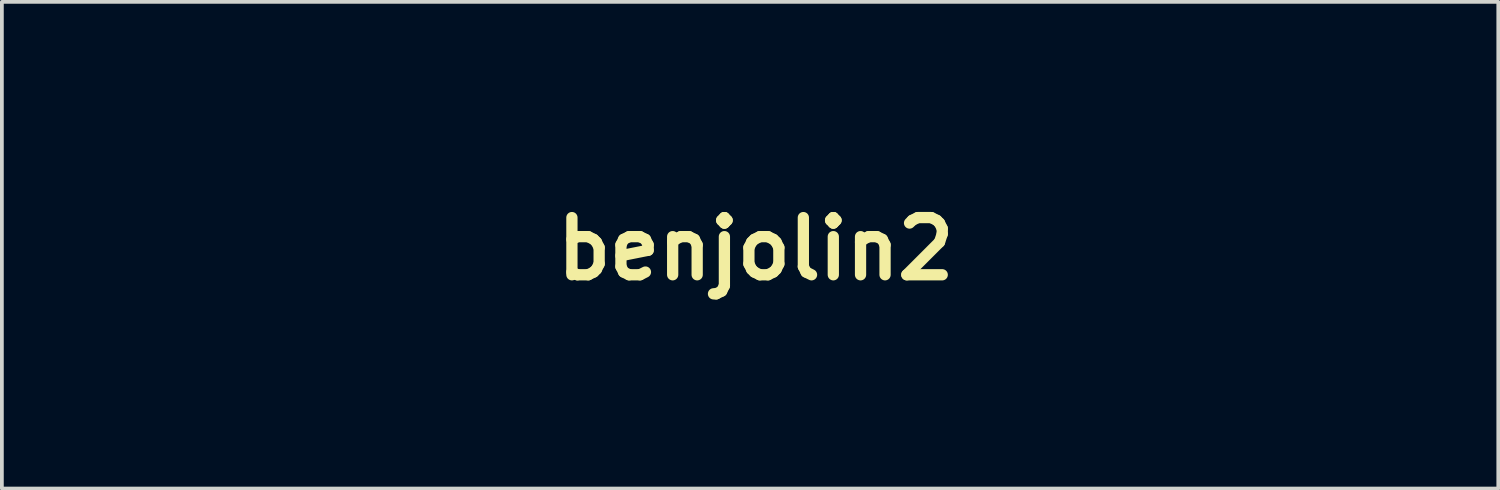
<source format=kicad_pcb>
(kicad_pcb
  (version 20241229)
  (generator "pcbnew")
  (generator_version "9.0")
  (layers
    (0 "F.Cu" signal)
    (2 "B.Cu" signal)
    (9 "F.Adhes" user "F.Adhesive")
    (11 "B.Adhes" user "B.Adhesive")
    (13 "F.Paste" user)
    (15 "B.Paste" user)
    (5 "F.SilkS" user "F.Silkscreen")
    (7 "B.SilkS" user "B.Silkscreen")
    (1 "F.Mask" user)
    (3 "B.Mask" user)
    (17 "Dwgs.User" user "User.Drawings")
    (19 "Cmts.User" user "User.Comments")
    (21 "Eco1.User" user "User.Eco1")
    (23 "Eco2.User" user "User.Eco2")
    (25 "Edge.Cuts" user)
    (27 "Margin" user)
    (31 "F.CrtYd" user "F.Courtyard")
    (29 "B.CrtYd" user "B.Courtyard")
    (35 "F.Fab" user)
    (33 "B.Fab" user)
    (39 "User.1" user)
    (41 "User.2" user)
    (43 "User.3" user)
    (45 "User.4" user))
  (footprint "benjolin2"
    (layer "F.Cu")
    (at 17.092 3.584)
    (property "Reference" "benjolin2" (at 0 0 0) (layer "F.SilkS") (effects (font (size 1.524 1.524) (thickness 0.3))))
    (attr through_hole)
    (fp_poly (pts (xy -4.437 1.637) (xy -4.436 1.655) (xy -4.438 1.659) (xy -4.443 1.656) (xy -4.444 1.644) (xy -4.441 1.632) (xy -4.437 1.637)) (stroke (width 0.01) (type solid)) (fill yes) (layer "F.Mask"))
    (fp_poly (pts (xy 16.023 1.198) (xy 16.101 1.204) (xy 16.168 1.215) (xy 16.227 1.232) (xy 16.285 1.257) (xy 16.316 1.272) (xy 16.412 1.336) (xy 16.501 1.421) (xy 16.582 1.526) (xy 16.653 1.649) (xy 16.707 1.77) (xy 16.754 1.915) (xy 16.78 2.057) (xy 16.787 2.195) (xy 16.773 2.327) (xy 16.74 2.45) (xy 16.735 2.462) (xy 16.693 2.546) (xy 16.633 2.631) (xy 16.559 2.713) (xy 16.475 2.788) (xy 16.387 2.85) (xy 16.38 2.854) (xy 16.257 2.916) (xy 16.124 2.961) (xy 15.986 2.99) (xy 15.848 3.001) (xy 15.719 2.994) (xy 15.602 2.966) (xy 15.488 2.918) (xy 15.38 2.851) (xy 15.28 2.768) (xy 15.191 2.671) (xy 15.116 2.562) (xy 15.071 2.475) (xy 15.026 2.348) (xy 14.996 2.212) (xy 14.984 2.073) (xy 14.99 1.938) (xy 15.008 1.833) (xy 15.05 1.702) (xy 15.11 1.586) (xy 15.189 1.483) (xy 15.286 1.394) (xy 15.401 1.32) (xy 15.533 1.261) (xy 15.638 1.227) (xy 15.688 1.215) (xy 15.732 1.206) (xy 15.776 1.201) (xy 15.827 1.198) (xy 15.891 1.196) (xy 15.927 1.196) (xy 16.023 1.198)) (stroke (width 0.01) (type solid)) (fill yes) (layer "F.Mask"))
    (fp_poly (pts (xy 16.505 -3.095) (xy 16.563 -3.093) (xy 16.619 -3.089) (xy 16.666 -3.084) (xy 16.702 -3.079) (xy 16.72 -3.074) (xy 16.722 -3.073) (xy 16.723 -3.059) (xy 16.722 -3.027) (xy 16.719 -2.983) (xy 16.717 -2.95) (xy 16.713 -2.908) (xy 16.709 -2.847) (xy 16.703 -2.771) (xy 16.697 -2.686) (xy 16.691 -2.594) (xy 16.684 -2.501) (xy 16.683 -2.494) (xy 16.668 -2.274) (xy 16.65 -2.043) (xy 16.632 -1.797) (xy 16.611 -1.536) (xy 16.589 -1.256) (xy 16.565 -0.956) (xy 16.556 -0.849) (xy 16.537 -0.614) (xy 16.52 -0.401) (xy 16.505 -0.209) (xy 16.492 -0.039) (xy 16.481 0.111) (xy 16.472 0.242) (xy 16.465 0.354) (xy 16.459 0.448) (xy 16.455 0.525) (xy 16.453 0.586) (xy 16.452 0.625) (xy 16.452 0.67) (xy 16.143 0.668) (xy 16.058 0.667) (xy 15.977 0.666) (xy 15.904 0.665) (xy 15.844 0.664) (xy 15.8 0.662) (xy 15.777 0.661) (xy 15.747 0.659) (xy 15.7 0.654) (xy 15.638 0.647) (xy 15.568 0.638) (xy 15.494 0.629) (xy 15.489 0.629) (xy 15.416 0.62) (xy 15.348 0.612) (xy 15.289 0.606) (xy 15.244 0.602) (xy 15.217 0.6) (xy 15.215 0.6) (xy 15.186 0.599) (xy 15.174 0.591) (xy 15.171 0.571) (xy 15.171 0.568) (xy 15.172 0.549) (xy 15.174 0.51) (xy 15.179 0.454) (xy 15.184 0.383) (xy 15.191 0.301) (xy 15.198 0.21) (xy 15.205 0.126) (xy 15.227 -0.135) (xy 15.248 -0.394) (xy 15.268 -0.647) (xy 15.288 -0.894) (xy 15.307 -1.133) (xy 15.324 -1.361) (xy 15.341 -1.579) (xy 15.356 -1.783) (xy 15.369 -1.972) (xy 15.381 -2.145) (xy 15.392 -2.3) (xy 15.4 -2.436) (xy 15.407 -2.55) (xy 15.407 -2.557) (xy 15.412 -2.647) (xy 15.417 -2.733) (xy 15.422 -2.81) (xy 15.426 -2.877) (xy 15.429 -2.928) (xy 15.431 -2.96) (xy 15.432 -2.963) (xy 15.438 -3.033) (xy 15.746 -3.04) (xy 15.858 -3.043) (xy 15.952 -3.046) (xy 16.03 -3.051) (xy 16.099 -3.057) (xy 16.161 -3.064) (xy 16.204 -3.071) (xy 16.271 -3.08) (xy 16.341 -3.088) (xy 16.404 -3.094) (xy 16.449 -3.096) (xy 16.505 -3.095)) (stroke (width 0.01) (type solid)) (fill yes) (layer "F.Mask"))
    (fp_poly (pts (xy 5.466 -2.999) (xy 6.125 -2.996) (xy 6.12 -2.176) (xy 6.118 -1.831) (xy 6.116 -1.508) (xy 6.115 -1.206) (xy 6.114 -0.924) (xy 6.114 -0.661) (xy 6.115 -0.416) (xy 6.115 -0.188) (xy 6.117 0.024) (xy 6.119 0.221) (xy 6.121 0.404) (xy 6.124 0.563) (xy 6.134 1.12) (xy 6.276 1.12) (xy 6.344 1.119) (xy 6.429 1.115) (xy 6.528 1.109) (xy 6.636 1.101) (xy 6.749 1.092) (xy 6.864 1.081) (xy 6.976 1.07) (xy 7.081 1.059) (xy 7.175 1.048) (xy 7.255 1.037) (xy 7.316 1.027) (xy 7.318 1.026) (xy 7.353 1.02) (xy 7.378 1.019) (xy 7.386 1.02) (xy 7.391 1.034) (xy 7.398 1.063) (xy 7.402 1.081) (xy 7.413 1.117) (xy 7.434 1.164) (xy 7.459 1.211) (xy 7.463 1.217) (xy 7.506 1.289) (xy 7.541 1.357) (xy 7.572 1.425) (xy 7.601 1.5) (xy 7.629 1.586) (xy 7.658 1.69) (xy 7.66 1.695) (xy 7.686 1.792) (xy 7.707 1.876) (xy 7.723 1.946) (xy 7.733 2) (xy 7.737 2.035) (xy 7.734 2.05) (xy 7.734 2.05) (xy 7.718 2.055) (xy 7.683 2.063) (xy 7.633 2.074) (xy 7.57 2.087) (xy 7.498 2.101) (xy 7.422 2.115) (xy 7.344 2.13) (xy 7.268 2.143) (xy 7.197 2.155) (xy 7.136 2.165) (xy 7.106 2.17) (xy 7.018 2.182) (xy 6.91 2.195) (xy 6.786 2.208) (xy 6.648 2.222) (xy 6.501 2.237) (xy 6.347 2.251) (xy 6.19 2.264) (xy 6.034 2.277) (xy 5.88 2.289) (xy 5.734 2.3) (xy 5.675 2.303) (xy 5.581 2.31) (xy 5.479 2.318) (xy 5.378 2.326) (xy 5.284 2.335) (xy 5.204 2.343) (xy 5.191 2.344) (xy 5.124 2.351) (xy 5.067 2.358) (xy 5.021 2.363) (xy 4.992 2.366) (xy 4.982 2.367) (xy 4.979 2.356) (xy 4.975 2.327) (xy 4.968 2.283) (xy 4.961 2.23) (xy 4.96 2.225) (xy 4.938 2.056) (xy 4.918 1.893) (xy 4.899 1.735) (xy 4.882 1.581) (xy 4.867 1.43) (xy 4.853 1.279) (xy 4.841 1.128) (xy 4.83 0.975) (xy 4.821 0.819) (xy 4.813 0.657) (xy 4.806 0.489) (xy 4.8 0.312) (xy 4.796 0.127) (xy 4.792 -0.07) (xy 4.79 -0.279) (xy 4.789 -0.502) (xy 4.789 -0.74) (xy 4.789 -0.996) (xy 4.791 -1.269) (xy 4.793 -1.563) (xy 4.796 -1.878) (xy 4.796 -1.937) (xy 4.807 -3.002) (xy 5.466 -2.999)) (stroke (width 0.01) (type solid)) (fill yes) (layer "F.Mask"))
    (fp_poly (pts (xy 8.834 -3.148) (xy 8.838 -3.137) (xy 8.84 -3.121) (xy 8.844 -3.094) (xy 8.848 -3.056) (xy 8.853 -3.005) (xy 8.86 -2.942) (xy 8.867 -2.866) (xy 8.875 -2.776) (xy 8.885 -2.671) (xy 8.896 -2.551) (xy 8.908 -2.415) (xy 8.921 -2.262) (xy 8.935 -2.092) (xy 8.951 -1.905) (xy 8.969 -1.699) (xy 8.988 -1.474) (xy 9.009 -1.229) (xy 9.031 -0.963) (xy 9.055 -0.677) (xy 9.081 -0.369) (xy 9.109 -0.038) (xy 9.11 -0.023) (xy 9.13 0.217) (xy 9.148 0.437) (xy 9.165 0.636) (xy 9.181 0.818) (xy 9.195 0.983) (xy 9.208 1.134) (xy 9.22 1.272) (xy 9.232 1.398) (xy 9.243 1.516) (xy 9.253 1.625) (xy 9.263 1.728) (xy 9.273 1.827) (xy 9.283 1.923) (xy 9.292 2.019) (xy 9.294 2.038) (xy 9.301 2.104) (xy 9.306 2.163) (xy 9.309 2.21) (xy 9.31 2.241) (xy 9.308 2.252) (xy 9.294 2.256) (xy 9.262 2.261) (xy 9.217 2.267) (xy 9.173 2.273) (xy 9.114 2.279) (xy 9.041 2.289) (xy 8.961 2.3) (xy 8.883 2.312) (xy 8.861 2.315) (xy 8.728 2.336) (xy 8.615 2.354) (xy 8.517 2.368) (xy 8.432 2.379) (xy 8.357 2.388) (xy 8.288 2.395) (xy 8.226 2.401) (xy 8.166 2.406) (xy 8.111 2.411) (xy 8.067 2.415) (xy 8.04 2.418) (xy 8.039 2.418) (xy 8.012 2.419) (xy 7.997 2.416) (xy 7.997 2.415) (xy 7.994 2.404) (xy 7.991 2.377) (xy 7.986 2.333) (xy 7.98 2.271) (xy 7.972 2.191) (xy 7.963 2.093) (xy 7.953 1.976) (xy 7.941 1.84) (xy 7.927 1.684) (xy 7.912 1.509) (xy 7.896 1.314) (xy 7.877 1.098) (xy 7.857 0.86) (xy 7.835 0.602) (xy 7.812 0.321) (xy 7.787 0.019) (xy 7.76 -0.306) (xy 7.758 -0.323) (xy 7.742 -0.516) (xy 7.725 -0.712) (xy 7.709 -0.91) (xy 7.692 -1.107) (xy 7.675 -1.301) (xy 7.659 -1.489) (xy 7.643 -1.668) (xy 7.628 -1.837) (xy 7.614 -1.993) (xy 7.601 -2.134) (xy 7.59 -2.256) (xy 7.58 -2.358) (xy 7.579 -2.366) (xy 7.568 -2.487) (xy 7.557 -2.6) (xy 7.548 -2.704) (xy 7.54 -2.798) (xy 7.533 -2.878) (xy 7.528 -2.943) (xy 7.525 -2.99) (xy 7.524 -3.018) (xy 7.525 -3.026) (xy 7.538 -3.028) (xy 7.571 -3.033) (xy 7.624 -3.039) (xy 7.693 -3.046) (xy 7.776 -3.055) (xy 7.871 -3.065) (xy 7.977 -3.076) (xy 8.09 -3.087) (xy 8.145 -3.093) (xy 8.263 -3.104) (xy 8.375 -3.115) (xy 8.478 -3.125) (xy 8.571 -3.134) (xy 8.65 -3.142) (xy 8.715 -3.149) (xy 8.762 -3.154) (xy 8.79 -3.156) (xy 8.795 -3.157) (xy 8.822 -3.158) (xy 8.834 -3.148)) (stroke (width 0.01) (type solid)) (fill yes) (layer "F.Mask"))
    (fp_poly (pts (xy -1.622 -3.049) (xy -1.616 -3.016) (xy -1.607 -2.964) (xy -1.595 -2.897) (xy -1.582 -2.817) (xy -1.567 -2.726) (xy -1.551 -2.626) (xy -1.534 -2.52) (xy -1.517 -2.41) (xy -1.499 -2.299) (xy -1.482 -2.189) (xy -1.466 -2.082) (xy -1.451 -1.98) (xy -1.437 -1.887) (xy -1.425 -1.805) (xy -1.421 -1.778) (xy -1.374 -1.409) (xy -1.337 -1.059) (xy -1.309 -0.725) (xy -1.292 -0.406) (xy -1.284 -0.099) (xy -1.286 0.198) (xy -1.298 0.487) (xy -1.32 0.769) (xy -1.328 0.854) (xy -1.35 1.024) (xy -1.376 1.175) (xy -1.409 1.31) (xy -1.45 1.432) (xy -1.499 1.546) (xy -1.558 1.655) (xy -1.604 1.729) (xy -1.722 1.885) (xy -1.855 2.026) (xy -2.002 2.151) (xy -2.159 2.259) (xy -2.327 2.349) (xy -2.502 2.42) (xy -2.683 2.471) (xy -2.869 2.501) (xy -3.056 2.51) (xy -3.161 2.505) (xy -3.349 2.479) (xy -3.527 2.431) (xy -3.696 2.363) (xy -3.855 2.274) (xy -4.004 2.164) (xy -4.143 2.034) (xy -4.189 1.983) (xy -4.22 1.946) (xy -4.255 1.9) (xy -4.293 1.85) (xy -4.329 1.798) (xy -4.363 1.75) (xy -4.391 1.707) (xy -4.41 1.674) (xy -4.419 1.654) (xy -4.42 1.651) (xy -4.41 1.642) (xy -4.386 1.619) (xy -4.347 1.584) (xy -4.297 1.539) (xy -4.237 1.485) (xy -4.168 1.424) (xy -4.093 1.357) (xy -4.052 1.321) (xy -3.971 1.249) (xy -3.891 1.178) (xy -3.815 1.112) (xy -3.747 1.051) (xy -3.688 0.999) (xy -3.64 0.956) (xy -3.606 0.926) (xy -3.599 0.92) (xy -3.562 0.887) (xy -3.53 0.862) (xy -3.509 0.848) (xy -3.503 0.846) (xy -3.497 0.86) (xy -3.49 0.891) (xy -3.481 0.932) (xy -3.479 0.943) (xy -3.458 1.025) (xy -3.427 1.105) (xy -3.389 1.177) (xy -3.347 1.233) (xy -3.34 1.24) (xy -3.273 1.293) (xy -3.198 1.327) (xy -3.117 1.342) (xy -3.036 1.338) (xy -2.958 1.314) (xy -2.887 1.272) (xy -2.85 1.239) (xy -2.802 1.181) (xy -2.76 1.112) (xy -2.723 1.031) (xy -2.692 0.936) (xy -2.665 0.827) (xy -2.642 0.701) (xy -2.623 0.556) (xy -2.608 0.392) (xy -2.598 0.248) (xy -2.594 0.132) (xy -2.594 -0.005) (xy -2.598 -0.158) (xy -2.606 -0.327) (xy -2.617 -0.508) (xy -2.632 -0.698) (xy -2.649 -0.896) (xy -2.67 -1.098) (xy -2.693 -1.301) (xy -2.719 -1.504) (xy -2.747 -1.703) (xy -2.748 -1.709) (xy -2.758 -1.774) (xy -2.771 -1.858) (xy -2.786 -1.955) (xy -2.802 -2.062) (xy -2.82 -2.174) (xy -2.838 -2.287) (xy -2.851 -2.374) (xy -2.87 -2.495) (xy -2.886 -2.596) (xy -2.898 -2.677) (xy -2.908 -2.74) (xy -2.914 -2.789) (xy -2.918 -2.823) (xy -2.92 -2.846) (xy -2.92 -2.859) (xy -2.918 -2.864) (xy -2.918 -2.864) (xy -2.889 -2.869) (xy -2.842 -2.877) (xy -2.78 -2.888) (xy -2.704 -2.9) (xy -2.617 -2.914) (xy -2.521 -2.929) (xy -2.42 -2.944) (xy -2.315 -2.961) (xy -2.21 -2.977) (xy -2.106 -2.993) (xy -2.006 -3.008) (xy -1.912 -3.022) (xy -1.828 -3.034) (xy -1.755 -3.045) (xy -1.696 -3.053) (xy -1.653 -3.059) (xy -1.63 -3.061) (xy -1.626 -3.062) (xy -1.622 -3.049)) (stroke (width 0.01) (type solid)) (fill yes) (layer "F.Mask"))
    (fp_poly (pts (xy 1.921 -2.775) (xy 2.037 -2.77) (xy 2.139 -2.761) (xy 2.18 -2.756) (xy 2.4 -2.714) (xy 2.611 -2.655) (xy 2.817 -2.578) (xy 2.95 -2.518) (xy 3.155 -2.407) (xy 3.346 -2.278) (xy 3.521 -2.133) (xy 3.681 -1.973) (xy 3.823 -1.799) (xy 3.948 -1.61) (xy 4.034 -1.449) (xy 4.112 -1.274) (xy 4.172 -1.103) (xy 4.216 -0.93) (xy 4.245 -0.752) (xy 4.26 -0.563) (xy 4.263 -0.427) (xy 4.262 -0.322) (xy 4.257 -0.225) (xy 4.249 -0.13) (xy 4.237 -0.03) (xy 4.221 0.08) (xy 4.198 0.206) (xy 4.197 0.214) (xy 4.189 0.256) (xy 4.179 0.315) (xy 4.167 0.386) (xy 4.154 0.461) (xy 4.145 0.517) (xy 4.099 0.746) (xy 4.041 0.958) (xy 3.969 1.153) (xy 3.884 1.334) (xy 3.783 1.505) (xy 3.665 1.665) (xy 3.53 1.819) (xy 3.524 1.826) (xy 3.358 1.982) (xy 3.183 2.12) (xy 2.995 2.239) (xy 2.795 2.34) (xy 2.581 2.424) (xy 2.352 2.491) (xy 2.108 2.541) (xy 2.078 2.546) (xy 2.014 2.554) (xy 1.931 2.56) (xy 1.836 2.565) (xy 1.732 2.569) (xy 1.624 2.57) (xy 1.519 2.57) (xy 1.419 2.569) (xy 1.331 2.565) (xy 1.26 2.56) (xy 1.243 2.558) (xy 1.027 2.522) (xy 0.823 2.47) (xy 0.626 2.4) (xy 0.439 2.315) (xy 0.234 2.2) (xy 0.047 2.07) (xy -0.123 1.925) (xy -0.276 1.764) (xy -0.412 1.588) (xy -0.53 1.397) (xy -0.572 1.317) (xy -0.652 1.141) (xy -0.716 0.963) (xy -0.763 0.782) (xy -0.795 0.594) (xy -0.811 0.399) (xy -0.811 0.222) (xy 0.516 0.222) (xy 0.521 0.321) (xy 0.532 0.41) (xy 0.541 0.456) (xy 0.591 0.607) (xy 0.659 0.746) (xy 0.745 0.873) (xy 0.847 0.986) (xy 0.964 1.083) (xy 1.094 1.164) (xy 1.235 1.226) (xy 1.386 1.27) (xy 1.54 1.292) (xy 1.591 1.296) (xy 1.635 1.298) (xy 1.667 1.298) (xy 1.674 1.297) (xy 1.7 1.295) (xy 1.74 1.292) (xy 1.787 1.288) (xy 1.79 1.288) (xy 1.916 1.271) (xy 2.048 1.236) (xy 2.178 1.186) (xy 2.3 1.125) (xy 2.36 1.087) (xy 2.493 0.983) (xy 2.609 0.864) (xy 2.707 0.729) (xy 2.788 0.58) (xy 2.852 0.417) (xy 2.879 0.318) (xy 2.902 0.224) (xy 2.919 0.147) (xy 2.931 0.079) (xy 2.939 0.015) (xy 2.945 -0.051) (xy 2.947 -0.126) (xy 2.949 -0.216) (xy 2.949 -0.26) (xy 2.948 -0.346) (xy 2.948 -0.413) (xy 2.946 -0.465) (xy 2.943 -0.507) (xy 2.938 -0.541) (xy 2.932 -0.572) (xy 2.924 -0.602) (xy 2.868 -0.764) (xy 2.795 -0.91) (xy 2.704 -1.042) (xy 2.596 -1.161) (xy 2.468 -1.269) (xy 2.334 -1.355) (xy 2.191 -1.421) (xy 2.038 -1.466) (xy 1.882 -1.491) (xy 1.722 -1.497) (xy 1.566 -1.481) (xy 1.412 -1.443) (xy 1.258 -1.382) (xy 1.23 -1.368) (xy 1.094 -1.289) (xy 0.977 -1.197) (xy 0.878 -1.091) (xy 0.869 -1.079) (xy 0.825 -1.016) (xy 0.78 -0.938) (xy 0.736 -0.853) (xy 0.698 -0.768) (xy 0.67 -0.693) (xy 0.654 -0.635) (xy 0.635 -0.563) (xy 0.616 -0.482) (xy 0.597 -0.399) (xy 0.582 -0.322) (xy 0.57 -0.256) (xy 0.566 -0.228) (xy 0.558 -0.171) (xy 0.546 -0.107) (xy 0.537 -0.058) (xy 0.524 0.025) (xy 0.517 0.121) (xy 0.516 0.222) (xy -0.811 0.222) (xy -0.811 0.192) (xy -0.796 -0.027) (xy -0.767 -0.261) (xy -0.761 -0.3) (xy -0.713 -0.567) (xy -0.659 -0.812) (xy -0.599 -1.038) (xy -0.531 -1.245) (xy -0.455 -1.435) (xy -0.37 -1.609) (xy -0.276 -1.767) (xy -0.172 -1.913) (xy -0.058 -2.045) (xy 0.068 -2.167) (xy 0.131 -2.221) (xy 0.309 -2.355) (xy 0.495 -2.47) (xy 0.692 -2.566) (xy 0.9 -2.645) (xy 1.122 -2.707) (xy 1.345 -2.75) (xy 1.439 -2.762) (xy 1.55 -2.771) (xy 1.671 -2.776) (xy 1.797 -2.777) (xy 1.921 -2.775)) (stroke (width 0.01) (type solid)) (fill yes) (layer "F.Mask"))
    (fp_poly (pts (xy -8.184 -2.493) (xy -8.149 -2.45) (xy -8.103 -2.391) (xy -8.049 -2.32) (xy -7.989 -2.24) (xy -7.925 -2.154) (xy -7.86 -2.066) (xy -7.796 -1.978) (xy -7.737 -1.895) (xy -7.707 -1.853) (xy -7.637 -1.754) (xy -7.555 -1.64) (xy -7.465 -1.517) (xy -7.369 -1.388) (xy -7.271 -1.257) (xy -7.174 -1.128) (xy -7.081 -1.006) (xy -6.995 -0.894) (xy -6.967 -0.859) (xy -6.919 -0.798) (xy -6.862 -0.726) (xy -6.798 -0.645) (xy -6.728 -0.556) (xy -6.652 -0.46) (xy -6.573 -0.36) (xy -6.492 -0.258) (xy -6.409 -0.154) (xy -6.327 -0.05) (xy -6.246 0.052) (xy -6.168 0.15) (xy -6.094 0.243) (xy -6.026 0.329) (xy -5.964 0.407) (xy -5.91 0.475) (xy -5.865 0.53) (xy -5.831 0.573) (xy -5.809 0.601) (xy -5.8 0.612) (xy -5.797 0.612) (xy -5.795 0.607) (xy -5.793 0.595) (xy -5.792 0.575) (xy -5.79 0.547) (xy -5.789 0.508) (xy -5.788 0.459) (xy -5.788 0.397) (xy -5.787 0.323) (xy -5.787 0.234) (xy -5.787 0.129) (xy -5.787 0.009) (xy -5.788 -0.129) (xy -5.788 -0.286) (xy -5.789 -0.462) (xy -5.79 -0.66) (xy -5.791 -0.879) (xy -5.791 -0.913) (xy -5.799 -2.456) (xy -5.754 -2.463) (xy -5.734 -2.464) (xy -5.694 -2.466) (xy -5.634 -2.467) (xy -5.559 -2.468) (xy -5.47 -2.469) (xy -5.37 -2.47) (xy -5.26 -2.47) (xy -5.144 -2.471) (xy -5.096 -2.471) (xy -4.483 -2.471) (xy -4.476 -1.447) (xy -4.474 -1.263) (xy -4.473 -1.062) (xy -4.472 -0.849) (xy -4.471 -0.629) (xy -4.47 -0.405) (xy -4.469 -0.183) (xy -4.468 0.034) (xy -4.467 0.239) (xy -4.467 0.429) (xy -4.467 0.553) (xy -4.467 0.708) (xy -4.466 0.862) (xy -4.465 1.011) (xy -4.465 1.154) (xy -4.464 1.289) (xy -4.463 1.413) (xy -4.462 1.524) (xy -4.461 1.62) (xy -4.46 1.698) (xy -4.459 1.756) (xy -4.458 1.772) (xy -4.456 1.858) (xy -4.455 1.959) (xy -4.454 2.068) (xy -4.453 2.178) (xy -4.454 2.28) (xy -4.454 2.31) (xy -4.457 2.606) (xy -5.767 2.62) (xy -5.799 2.583) (xy -5.811 2.568) (xy -5.836 2.537) (xy -5.874 2.49) (xy -5.922 2.43) (xy -5.98 2.357) (xy -6.047 2.273) (xy -6.122 2.178) (xy -6.203 2.076) (xy -6.29 1.966) (xy -6.381 1.851) (xy -6.452 1.762) (xy -6.622 1.546) (xy -6.78 1.347) (xy -6.924 1.165) (xy -7.056 0.999) (xy -7.176 0.847) (xy -7.285 0.709) (xy -7.384 0.585) (xy -7.473 0.473) (xy -7.553 0.373) (xy -7.625 0.283) (xy -7.689 0.204) (xy -7.746 0.133) (xy -7.796 0.071) (xy -7.841 0.017) (xy -7.881 -0.031) (xy -7.916 -0.073) (xy -7.947 -0.11) (xy -7.976 -0.142) (xy -8.002 -0.171) (xy -8.026 -0.198) (xy -8.049 -0.223) (xy -8.071 -0.246) (xy -8.094 -0.27) (xy -8.1 -0.275) (xy -8.217 -0.395) (xy -8.216 0.267) (xy -8.216 0.376) (xy -8.216 0.504) (xy -8.216 0.65) (xy -8.216 0.811) (xy -8.216 0.984) (xy -8.216 1.166) (xy -8.217 1.354) (xy -8.217 1.545) (xy -8.217 1.738) (xy -8.218 1.928) (xy -8.218 2.113) (xy -8.219 2.156) (xy -8.222 3.383) (xy -8.582 3.381) (xy -8.692 3.38) (xy -8.812 3.378) (xy -8.936 3.375) (xy -9.057 3.371) (xy -9.168 3.366) (xy -9.248 3.363) (xy -9.329 3.358) (xy -9.403 3.354) (xy -9.465 3.35) (xy -9.514 3.347) (xy -9.546 3.344) (xy -9.557 3.343) (xy -9.557 3.331) (xy -9.557 3.299) (xy -9.557 3.247) (xy -9.556 3.178) (xy -9.554 3.095) (xy -9.553 2.999) (xy -9.551 2.892) (xy -9.549 2.777) (xy -9.547 2.689) (xy -9.546 2.601) (xy -9.544 2.491) (xy -9.543 2.361) (xy -9.542 2.214) (xy -9.541 2.05) (xy -9.541 1.872) (xy -9.54 1.68) (xy -9.54 1.478) (xy -9.54 1.265) (xy -9.54 1.045) (xy -9.54 0.819) (xy -9.54 0.588) (xy -9.541 0.354) (xy -9.541 0.119) (xy -9.542 -0.115) (xy -9.543 -0.348) (xy -9.544 -0.576) (xy -9.545 -0.799) (xy -9.546 -1.014) (xy -9.547 -1.22) (xy -9.549 -1.416) (xy -9.55 -1.6) (xy -9.552 -1.769) (xy -9.553 -1.923) (xy -9.555 -2.05) (xy -9.562 -2.525) (xy -9.448 -2.532) (xy -9.413 -2.534) (xy -9.358 -2.536) (xy -9.285 -2.538) (xy -9.199 -2.54) (xy -9.1 -2.542) (xy -8.993 -2.544) (xy -8.881 -2.546) (xy -8.786 -2.548) (xy -8.237 -2.555) (xy -8.184 -2.493)) (stroke (width 0.01) (type solid)) (fill yes) (layer "F.Mask"))
    (fp_poly (pts (xy -10.013 -2.731) (xy -10.008 -2.723) (xy -10.003 -2.703) (xy -9.997 -2.67) (xy -9.989 -2.622) (xy -9.98 -2.557) (xy -9.968 -2.473) (xy -9.954 -2.369) (xy -9.952 -2.355) (xy -9.939 -2.261) (xy -9.924 -2.158) (xy -9.908 -2.054) (xy -9.892 -1.956) (xy -9.878 -1.873) (xy -9.877 -1.868) (xy -9.864 -1.799) (xy -9.854 -1.739) (xy -9.847 -1.691) (xy -9.842 -1.657) (xy -9.842 -1.643) (xy -9.842 -1.642) (xy -9.854 -1.638) (xy -9.887 -1.631) (xy -9.936 -1.621) (xy -9.999 -1.609) (xy -10.072 -1.595) (xy -10.153 -1.58) (xy -10.238 -1.564) (xy -10.324 -1.548) (xy -10.409 -1.533) (xy -10.488 -1.519) (xy -10.56 -1.507) (xy -10.621 -1.497) (xy -10.665 -1.49) (xy -10.718 -1.482) (xy -10.775 -1.475) (xy -10.839 -1.468) (xy -10.912 -1.46) (xy -10.997 -1.452) (xy -11.097 -1.442) (xy -11.216 -1.432) (xy -11.3 -1.425) (xy -11.371 -1.418) (xy -11.378 -1.364) (xy -11.399 -1.207) (xy -11.424 -1.062) (xy -11.452 -0.931) (xy -11.481 -0.817) (xy -11.512 -0.724) (xy -11.518 -0.708) (xy -11.532 -0.67) (xy -11.54 -0.641) (xy -11.542 -0.628) (xy -11.542 -0.627) (xy -11.528 -0.626) (xy -11.498 -0.629) (xy -11.457 -0.635) (xy -11.445 -0.636) (xy -11.393 -0.642) (xy -11.323 -0.647) (xy -11.24 -0.649) (xy -11.15 -0.65) (xy -11.057 -0.65) (xy -10.967 -0.648) (xy -10.885 -0.644) (xy -10.816 -0.638) (xy -10.801 -0.636) (xy -10.733 -0.628) (xy -10.657 -0.618) (xy -10.576 -0.608) (xy -10.495 -0.597) (xy -10.417 -0.587) (xy -10.346 -0.577) (xy -10.285 -0.569) (xy -10.239 -0.563) (xy -10.212 -0.559) (xy -10.209 -0.558) (xy -10.199 -0.557) (xy -10.191 -0.557) (xy -10.184 -0.555) (xy -10.18 -0.549) (xy -10.178 -0.538) (xy -10.179 -0.518) (xy -10.182 -0.489) (xy -10.187 -0.447) (xy -10.196 -0.391) (xy -10.208 -0.319) (xy -10.223 -0.228) (xy -10.241 -0.117) (xy -10.242 -0.115) (xy -10.257 -0.02) (xy -10.272 0.076) (xy -10.287 0.168) (xy -10.299 0.251) (xy -10.31 0.321) (xy -10.317 0.374) (xy -10.317 0.375) (xy -10.325 0.432) (xy -10.333 0.481) (xy -10.34 0.516) (xy -10.345 0.534) (xy -10.346 0.535) (xy -10.359 0.536) (xy -10.392 0.534) (xy -10.441 0.529) (xy -10.503 0.521) (xy -10.575 0.51) (xy -10.612 0.504) (xy -10.696 0.491) (xy -10.782 0.479) (xy -10.862 0.467) (xy -10.933 0.458) (xy -10.988 0.452) (xy -10.997 0.451) (xy -11.044 0.448) (xy -11.103 0.444) (xy -11.171 0.442) (xy -11.245 0.44) (xy -11.319 0.438) (xy -11.391 0.437) (xy -11.458 0.437) (xy -11.514 0.438) (xy -11.557 0.439) (xy -11.583 0.441) (xy -11.588 0.443) (xy -11.588 0.456) (xy -11.58 0.484) (xy -11.57 0.511) (xy -11.56 0.538) (xy -11.546 0.583) (xy -11.529 0.645) (xy -11.51 0.718) (xy -11.488 0.8) (xy -11.466 0.887) (xy -11.463 0.902) (xy -11.442 0.986) (xy -11.422 1.063) (xy -11.405 1.13) (xy -11.391 1.184) (xy -11.38 1.222) (xy -11.375 1.242) (xy -11.374 1.244) (xy -11.36 1.245) (xy -11.326 1.244) (xy -11.273 1.239) (xy -11.205 1.23) (xy -11.122 1.219) (xy -11.107 1.217) (xy -10.982 1.199) (xy -10.853 1.182) (xy -10.723 1.164) (xy -10.594 1.147) (xy -10.468 1.131) (xy -10.347 1.116) (xy -10.232 1.102) (xy -10.126 1.09) (xy -10.031 1.079) (xy -9.949 1.07) (xy -9.883 1.064) (xy -9.833 1.06) (xy -9.802 1.058) (xy -9.792 1.059) (xy -9.789 1.074) (xy -9.783 1.108) (xy -9.776 1.159) (xy -9.767 1.225) (xy -9.756 1.302) (xy -9.745 1.389) (xy -9.733 1.482) (xy -9.72 1.578) (xy -9.708 1.675) (xy -9.696 1.77) (xy -9.685 1.861) (xy -9.675 1.944) (xy -9.667 2.017) (xy -9.661 2.077) (xy -9.656 2.122) (xy -9.654 2.148) (xy -9.655 2.154) (xy -9.667 2.157) (xy -9.7 2.162) (xy -9.751 2.17) (xy -9.818 2.179) (xy -9.897 2.19) (xy -9.986 2.202) (xy -10.083 2.215) (xy -10.104 2.217) (xy -10.331 2.247) (xy -10.536 2.274) (xy -10.722 2.299) (xy -10.891 2.323) (xy -11.045 2.346) (xy -11.186 2.368) (xy -11.315 2.389) (xy -11.39 2.402) (xy -11.452 2.412) (xy -11.528 2.425) (xy -11.614 2.439) (xy -11.708 2.454) (xy -11.807 2.469) (xy -11.908 2.485) (xy -12.009 2.5) (xy -12.106 2.514) (xy -12.197 2.528) (xy -12.279 2.54) (xy -12.349 2.55) (xy -12.404 2.557) (xy -12.442 2.562) (xy -12.459 2.563) (xy -12.477 2.558) (xy -12.481 2.552) (xy -12.483 2.531) (xy -12.489 2.49) (xy -12.499 2.432) (xy -12.512 2.361) (xy -12.527 2.279) (xy -12.544 2.19) (xy -12.562 2.096) (xy -12.581 2.001) (xy -12.601 1.907) (xy -12.607 1.876) (xy -12.65 1.668) (xy -12.688 1.479) (xy -12.721 1.308) (xy -12.749 1.152) (xy -12.772 1.008) (xy -12.792 0.874) (xy -12.808 0.748) (xy -12.821 0.627) (xy -12.831 0.509) (xy -12.839 0.391) (xy -12.844 0.271) (xy -12.846 0.202) (xy -12.848 -0.006) (xy -12.842 -0.209) (xy -12.827 -0.412) (xy -12.803 -0.619) (xy -12.769 -0.834) (xy -12.726 -1.062) (xy -12.682 -1.264) (xy -12.659 -1.373) (xy -12.641 -1.47) (xy -12.629 -1.56) (xy -12.623 -1.648) (xy -12.621 -1.741) (xy -12.624 -1.843) (xy -12.631 -1.961) (xy -12.635 -2.003) (xy -12.641 -2.087) (xy -12.647 -2.176) (xy -12.653 -2.262) (xy -12.657 -2.338) (xy -12.66 -2.387) (xy -12.667 -2.54) (xy -12.288 -2.54) (xy -12.066 -2.541) (xy -11.863 -2.543) (xy -11.677 -2.547) (xy -11.504 -2.553) (xy -11.342 -2.562) (xy -11.186 -2.572) (xy -11.035 -2.586) (xy -10.884 -2.602) (xy -10.73 -2.622) (xy -10.571 -2.645) (xy -10.402 -2.671) (xy -10.254 -2.696) (xy -10.183 -2.708) (xy -10.12 -2.718) (xy -10.069 -2.726) (xy -10.032 -2.73) (xy -10.014 -2.732) (xy -10.013 -2.731)) (stroke (width 0.01) (type solid)) (fill yes) (layer "F.Mask"))
    (fp_poly (pts (xy 13.77 -3.579) (xy 13.862 -3.577) (xy 13.96 -3.575) (xy 14.061 -3.572) (xy 14.162 -3.568) (xy 14.26 -3.564) (xy 14.354 -3.56) (xy 14.439 -3.555) (xy 14.514 -3.55) (xy 14.575 -3.545) (xy 14.621 -3.541) (xy 14.647 -3.537) (xy 14.653 -3.535) (xy 14.654 -3.521) (xy 14.655 -3.486) (xy 14.655 -3.431) (xy 14.653 -3.357) (xy 14.651 -3.267) (xy 14.648 -3.161) (xy 14.644 -3.041) (xy 14.639 -2.909) (xy 14.633 -2.766) (xy 14.629 -2.655) (xy 14.625 -2.565) (xy 14.621 -2.458) (xy 14.616 -2.341) (xy 14.612 -2.222) (xy 14.608 -2.107) (xy 14.605 -2.02) (xy 14.601 -1.909) (xy 14.597 -1.784) (xy 14.592 -1.654) (xy 14.588 -1.525) (xy 14.583 -1.407) (xy 14.581 -1.333) (xy 14.579 -1.28) (xy 14.577 -1.205) (xy 14.576 -1.11) (xy 14.574 -0.998) (xy 14.573 -0.869) (xy 14.571 -0.727) (xy 14.569 -0.572) (xy 14.568 -0.406) (xy 14.567 -0.231) (xy 14.565 -0.049) (xy 14.564 0.138) (xy 14.563 0.328) (xy 14.562 0.521) (xy 14.556 2.04) (xy 14.139 2.054) (xy 14.004 2.058) (xy 13.889 2.062) (xy 13.792 2.065) (xy 13.711 2.067) (xy 13.642 2.069) (xy 13.585 2.07) (xy 13.535 2.071) (xy 13.49 2.071) (xy 13.448 2.071) (xy 13.407 2.07) (xy 13.368 2.069) (xy 13.233 2.067) (xy 13.062 1.834) (xy 12.937 1.666) (xy 12.824 1.514) (xy 12.721 1.376) (xy 12.627 1.251) (xy 12.538 1.137) (xy 12.455 1.031) (xy 12.375 0.932) (xy 12.297 0.836) (xy 12.218 0.743) (xy 12.137 0.65) (xy 12.053 0.555) (xy 11.963 0.456) (xy 11.866 0.351) (xy 11.76 0.238) (xy 11.689 0.162) (xy 11.619 0.088) (xy 11.543 0.008) (xy 11.461 -0.076) (xy 11.376 -0.162) (xy 11.289 -0.25) (xy 11.202 -0.337) (xy 11.115 -0.422) (xy 11.032 -0.505) (xy 10.952 -0.582) (xy 10.878 -0.653) (xy 10.812 -0.717) (xy 10.754 -0.771) (xy 10.706 -0.814) (xy 10.671 -0.845) (xy 10.648 -0.862) (xy 10.641 -0.865) (xy 10.64 -0.85) (xy 10.64 -0.815) (xy 10.642 -0.762) (xy 10.645 -0.692) (xy 10.65 -0.609) (xy 10.656 -0.514) (xy 10.663 -0.41) (xy 10.67 -0.299) (xy 10.679 -0.183) (xy 10.688 -0.065) (xy 10.697 0.053) (xy 10.703 0.127) (xy 10.725 0.373) (xy 10.746 0.599) (xy 10.767 0.809) (xy 10.789 1.006) (xy 10.812 1.193) (xy 10.836 1.373) (xy 10.861 1.55) (xy 10.889 1.727) (xy 10.904 1.818) (xy 10.919 1.908) (xy 10.932 1.99) (xy 10.943 2.062) (xy 10.951 2.121) (xy 10.957 2.165) (xy 10.959 2.19) (xy 10.958 2.196) (xy 10.945 2.2) (xy 10.913 2.207) (xy 10.865 2.216) (xy 10.805 2.226) (xy 10.736 2.238) (xy 10.726 2.239) (xy 10.571 2.264) (xy 10.423 2.288) (xy 10.284 2.31) (xy 10.155 2.33) (xy 10.038 2.349) (xy 9.935 2.365) (xy 9.847 2.378) (xy 9.776 2.389) (xy 9.724 2.396) (xy 9.691 2.401) (xy 9.681 2.401) (xy 9.674 2.4) (xy 9.668 2.396) (xy 9.662 2.385) (xy 9.656 2.365) (xy 9.649 2.335) (xy 9.641 2.292) (xy 9.631 2.233) (xy 9.618 2.156) (xy 9.603 2.059) (xy 9.602 2.052) (xy 9.579 1.905) (xy 9.558 1.762) (xy 9.538 1.622) (xy 9.519 1.483) (xy 9.5 1.343) (xy 9.483 1.2) (xy 9.466 1.053) (xy 9.449 0.898) (xy 9.432 0.736) (xy 9.415 0.562) (xy 9.397 0.376) (xy 9.379 0.176) (xy 9.36 -0.04) (xy 9.34 -0.274) (xy 9.319 -0.529) (xy 9.306 -0.687) (xy 9.289 -0.89) (xy 9.274 -1.073) (xy 9.26 -1.243) (xy 9.246 -1.403) (xy 9.233 -1.557) (xy 9.22 -1.71) (xy 9.206 -1.866) (xy 9.191 -2.03) (xy 9.175 -2.205) (xy 9.16 -2.37) (xy 9.151 -2.472) (xy 9.144 -2.558) (xy 9.139 -2.629) (xy 9.137 -2.681) (xy 9.137 -2.713) (xy 9.139 -2.723) (xy 9.152 -2.726) (xy 9.186 -2.731) (xy 9.239 -2.737) (xy 9.309 -2.745) (xy 9.393 -2.754) (xy 9.489 -2.764) (xy 9.596 -2.775) (xy 9.711 -2.787) (xy 9.788 -2.794) (xy 9.928 -2.808) (xy 10.046 -2.819) (xy 10.145 -2.828) (xy 10.227 -2.835) (xy 10.293 -2.84) (xy 10.344 -2.844) (xy 10.384 -2.845) (xy 10.412 -2.846) (xy 10.432 -2.845) (xy 10.445 -2.843) (xy 10.452 -2.84) (xy 10.468 -2.827) (xy 10.497 -2.8) (xy 10.535 -2.762) (xy 10.58 -2.717) (xy 10.616 -2.679) (xy 10.709 -2.582) (xy 10.818 -2.47) (xy 10.942 -2.342) (xy 11.081 -2.2) (xy 11.235 -2.043) (xy 11.403 -1.873) (xy 11.584 -1.689) (xy 11.778 -1.493) (xy 11.891 -1.38) (xy 11.996 -1.273) (xy 12.105 -1.163) (xy 12.215 -1.052) (xy 12.324 -0.942) (xy 12.429 -0.836) (xy 12.527 -0.736) (xy 12.617 -0.645) (xy 12.696 -0.565) (xy 12.761 -0.499) (xy 12.769 -0.49) (xy 12.84 -0.419) (xy 12.908 -0.351) (xy 12.97 -0.289) (xy 13.024 -0.236) (xy 13.069 -0.193) (xy 13.103 -0.162) (xy 13.122 -0.145) (xy 13.122 -0.145) (xy 13.157 -0.117) (xy 13.186 -0.086) (xy 13.195 -0.076) (xy 13.22 -0.041) (xy 13.22 -0.093) (xy 13.22 -0.116) (xy 13.221 -0.159) (xy 13.223 -0.219) (xy 13.226 -0.294) (xy 13.229 -0.381) (xy 13.232 -0.476) (xy 13.236 -0.577) (xy 13.237 -0.595) (xy 13.241 -0.7) (xy 13.246 -0.823) (xy 13.251 -0.961) (xy 13.256 -1.107) (xy 13.262 -1.258) (xy 13.268 -1.409) (xy 13.273 -1.555) (xy 13.278 -1.674) (xy 13.283 -1.803) (xy 13.287 -1.935) (xy 13.292 -2.064) (xy 13.297 -2.189) (xy 13.302 -2.304) (xy 13.306 -2.408) (xy 13.309 -2.496) (xy 13.312 -2.566) (xy 13.312 -2.575) (xy 13.315 -2.673) (xy 13.318 -2.786) (xy 13.321 -2.904) (xy 13.322 -3.018) (xy 13.323 -3.12) (xy 13.323 -3.124) (xy 13.324 -3.208) (xy 13.325 -3.29) (xy 13.326 -3.364) (xy 13.328 -3.428) (xy 13.33 -3.475) (xy 13.331 -3.491) (xy 13.338 -3.579) (xy 13.686 -3.579) (xy 13.77 -3.579)) (stroke (width 0.01) (type solid)) (fill yes) (layer "F.Mask"))
    (fp_poly (pts (xy -14.235 -3.262) (xy -14.117 -3.239) (xy -14.056 -3.219) (xy -13.983 -3.189) (xy -13.906 -3.151) (xy -13.833 -3.11) (xy -13.769 -3.068) (xy -13.744 -3.049) (xy -13.648 -2.959) (xy -13.56 -2.85) (xy -13.483 -2.725) (xy -13.418 -2.589) (xy -13.366 -2.444) (xy -13.339 -2.338) (xy -13.331 -2.286) (xy -13.325 -2.215) (xy -13.319 -2.133) (xy -13.316 -2.042) (xy -13.314 -1.95) (xy -13.314 -1.861) (xy -13.317 -1.779) (xy -13.321 -1.711) (xy -13.323 -1.697) (xy -13.334 -1.608) (xy -13.348 -1.527) (xy -13.365 -1.451) (xy -13.387 -1.374) (xy -13.414 -1.293) (xy -13.449 -1.205) (xy -13.493 -1.103) (xy -13.54 -0.999) (xy -13.586 -0.899) (xy -13.625 -0.818) (xy -13.657 -0.754) (xy -13.684 -0.704) (xy -13.707 -0.665) (xy -13.727 -0.637) (xy -13.746 -0.615) (xy -13.748 -0.613) (xy -13.776 -0.586) (xy -13.749 -0.573) (xy -13.725 -0.554) (xy -13.701 -0.525) (xy -13.699 -0.522) (xy -13.674 -0.484) (xy -13.64 -0.434) (xy -13.599 -0.376) (xy -13.555 -0.314) (xy -13.512 -0.256) (xy -13.474 -0.205) (xy -13.444 -0.167) (xy -13.443 -0.165) (xy -13.368 -0.066) (xy -13.295 0.045) (xy -13.228 0.161) (xy -13.17 0.274) (xy -13.132 0.366) (xy -13.117 0.409) (xy -13.102 0.466) (xy -13.087 0.527) (xy -13.081 0.556) (xy -13.074 0.59) (xy -13.069 0.621) (xy -13.065 0.655) (xy -13.062 0.693) (xy -13.06 0.739) (xy -13.058 0.795) (xy -13.057 0.864) (xy -13.057 0.95) (xy -13.057 1.055) (xy -13.057 1.099) (xy -13.057 1.222) (xy -13.058 1.325) (xy -13.06 1.411) (xy -13.062 1.484) (xy -13.066 1.545) (xy -13.071 1.598) (xy -13.078 1.646) (xy -13.087 1.692) (xy -13.097 1.738) (xy -13.104 1.766) (xy -13.153 1.917) (xy -13.217 2.063) (xy -13.296 2.201) (xy -13.388 2.329) (xy -13.489 2.442) (xy -13.599 2.539) (xy -13.714 2.617) (xy -13.728 2.624) (xy -13.847 2.676) (xy -13.976 2.709) (xy -14.111 2.721) (xy -14.201 2.718) (xy -14.294 2.707) (xy -14.399 2.69) (xy -14.507 2.67) (xy -14.607 2.647) (xy -14.628 2.642) (xy -14.694 2.625) (xy -14.771 2.605) (xy -14.851 2.584) (xy -14.917 2.567) (xy -15.061 2.534) (xy -15.222 2.502) (xy -15.396 2.474) (xy -15.575 2.45) (xy -15.755 2.431) (xy -15.904 2.419) (xy -15.944 2.417) (xy -16.002 2.414) (xy -16.075 2.41) (xy -16.158 2.406) (xy -16.249 2.402) (xy -16.344 2.398) (xy -16.44 2.394) (xy -16.534 2.39) (xy -16.621 2.386) (xy -16.7 2.383) (xy -16.766 2.381) (xy -16.816 2.379) (xy -16.847 2.378) (xy -16.849 2.378) (xy -16.906 2.378) (xy -16.898 2.134) (xy -16.894 2.023) (xy -16.888 1.915) (xy -16.88 1.806) (xy -16.871 1.695) (xy -16.858 1.577) (xy -16.844 1.45) (xy -16.832 1.358) (xy -15.482 1.358) (xy -15.481 1.365) (xy -15.476 1.371) (xy -15.463 1.376) (xy -15.442 1.382) (xy -15.408 1.387) (xy -15.359 1.394) (xy -15.293 1.402) (xy -15.206 1.411) (xy -15.197 1.412) (xy -15.114 1.421) (xy -15.035 1.43) (xy -14.965 1.437) (xy -14.906 1.442) (xy -14.864 1.445) (xy -14.847 1.446) (xy -14.78 1.446) (xy -14.706 1.442) (xy -14.635 1.434) (xy -14.574 1.424) (xy -14.543 1.416) (xy -14.465 1.381) (xy -14.399 1.329) (xy -14.346 1.258) (xy -14.304 1.168) (xy -14.274 1.059) (xy -14.259 0.97) (xy -14.249 0.834) (xy -14.258 0.706) (xy -14.284 0.589) (xy -14.319 0.5) (xy -14.364 0.427) (xy -14.419 0.366) (xy -14.488 0.316) (xy -14.573 0.274) (xy -14.677 0.239) (xy -14.708 0.231) (xy -14.768 0.219) (xy -14.846 0.208) (xy -14.935 0.199) (xy -15.029 0.192) (xy -15.123 0.187) (xy -15.21 0.186) (xy -15.246 0.187) (xy -15.35 0.191) (xy -15.358 0.266) (xy -15.361 0.293) (xy -15.367 0.341) (xy -15.374 0.405) (xy -15.383 0.485) (xy -15.394 0.576) (xy -15.405 0.675) (xy -15.418 0.781) (xy -15.424 0.837) (xy -15.437 0.943) (xy -15.448 1.041) (xy -15.458 1.131) (xy -15.467 1.209) (xy -15.474 1.274) (xy -15.479 1.321) (xy -15.482 1.35) (xy -15.482 1.358) (xy -16.832 1.358) (xy -16.826 1.31) (xy -16.804 1.155) (xy -16.779 0.982) (xy -16.769 0.912) (xy -16.743 0.735) (xy -16.72 0.58) (xy -16.7 0.443) (xy -16.683 0.324) (xy -16.669 0.22) (xy -16.657 0.129) (xy -16.648 0.051) (xy -16.64 -0.018) (xy -16.635 -0.079) (xy -16.63 -0.134) (xy -16.628 -0.184) (xy -16.626 -0.232) (xy -16.626 -0.279) (xy -16.626 -0.299) (xy -16.627 -0.38) (xy -16.632 -0.473) (xy -16.638 -0.572) (xy -16.647 -0.671) (xy -16.657 -0.764) (xy -16.667 -0.846) (xy -16.678 -0.91) (xy -16.703 -1.023) (xy -16.735 -1.152) (xy -16.772 -1.291) (xy -16.813 -1.435) (xy -16.822 -1.466) (xy -16.842 -1.536) (xy -16.865 -1.621) (xy -16.89 -1.716) (xy -16.914 -1.813) (xy -16.937 -1.907) (xy -16.941 -1.922) (xy -15.495 -1.922) (xy -15.494 -1.91) (xy -15.489 -1.88) (xy -15.48 -1.836) (xy -15.467 -1.782) (xy -15.463 -1.764) (xy -15.436 -1.649) (xy -15.41 -1.523) (xy -15.386 -1.394) (xy -15.366 -1.269) (xy -15.351 -1.155) (xy -15.343 -1.085) (xy -15.338 -1.029) (xy -15.333 -0.981) (xy -15.329 -0.946) (xy -15.326 -0.929) (xy -15.326 -0.928) (xy -15.314 -0.925) (xy -15.284 -0.926) (xy -15.24 -0.931) (xy -15.187 -0.938) (xy -15.128 -0.948) (xy -15.069 -0.959) (xy -15.014 -0.97) (xy -14.966 -0.982) (xy -14.954 -0.985) (xy -14.835 -1.031) (xy -14.732 -1.093) (xy -14.645 -1.17) (xy -14.576 -1.261) (xy -14.525 -1.367) (xy -14.525 -1.367) (xy -14.509 -1.426) (xy -14.496 -1.499) (xy -14.487 -1.578) (xy -14.485 -1.653) (xy -14.488 -1.716) (xy -14.489 -1.725) (xy -14.515 -1.822) (xy -14.556 -1.904) (xy -14.612 -1.971) (xy -14.682 -2.02) (xy -14.722 -2.038) (xy -14.779 -2.052) (xy -14.852 -2.059) (xy -14.933 -2.06) (xy -15.014 -2.053) (xy -15.067 -2.045) (xy -15.096 -2.038) (xy -15.14 -2.026) (xy -15.195 -2.011) (xy -15.255 -1.994) (xy -15.317 -1.977) (xy -15.376 -1.959) (xy -15.427 -1.944) (xy -15.467 -1.932) (xy -15.491 -1.923) (xy -15.495 -1.922) (xy -16.941 -1.922) (xy -16.944 -1.934) (xy -16.964 -2.021) (xy -16.986 -2.111) (xy -17.007 -2.198) (xy -17.026 -2.275) (xy -17.042 -2.339) (xy -17.048 -2.359) (xy -17.063 -2.415) (xy -17.075 -2.464) (xy -17.083 -2.5) (xy -17.087 -2.52) (xy -17.087 -2.521) (xy -17.077 -2.53) (xy -17.048 -2.542) (xy -17.004 -2.556) (xy -16.963 -2.568) (xy -16.755 -2.624) (xy -16.563 -2.676) (xy -16.385 -2.727) (xy -16.214 -2.776) (xy -16.048 -2.826) (xy -15.883 -2.877) (xy -15.713 -2.932) (xy -15.536 -2.99) (xy -15.346 -3.054) (xy -15.139 -3.125) (xy -15.09 -3.142) (xy -14.896 -3.202) (xy -14.715 -3.244) (xy -14.546 -3.268) (xy -14.386 -3.274) (xy -14.235 -3.262)) (stroke (width 0.01) (type solid)) (fill yes) (layer "F.Mask")))
  (gr_rect
    (start -3 -3)
    (end 36.884 9.972)
    (stroke (width 0.1) (type default))
    (fill no)
    (layer "Edge.Cuts")))
</source>
